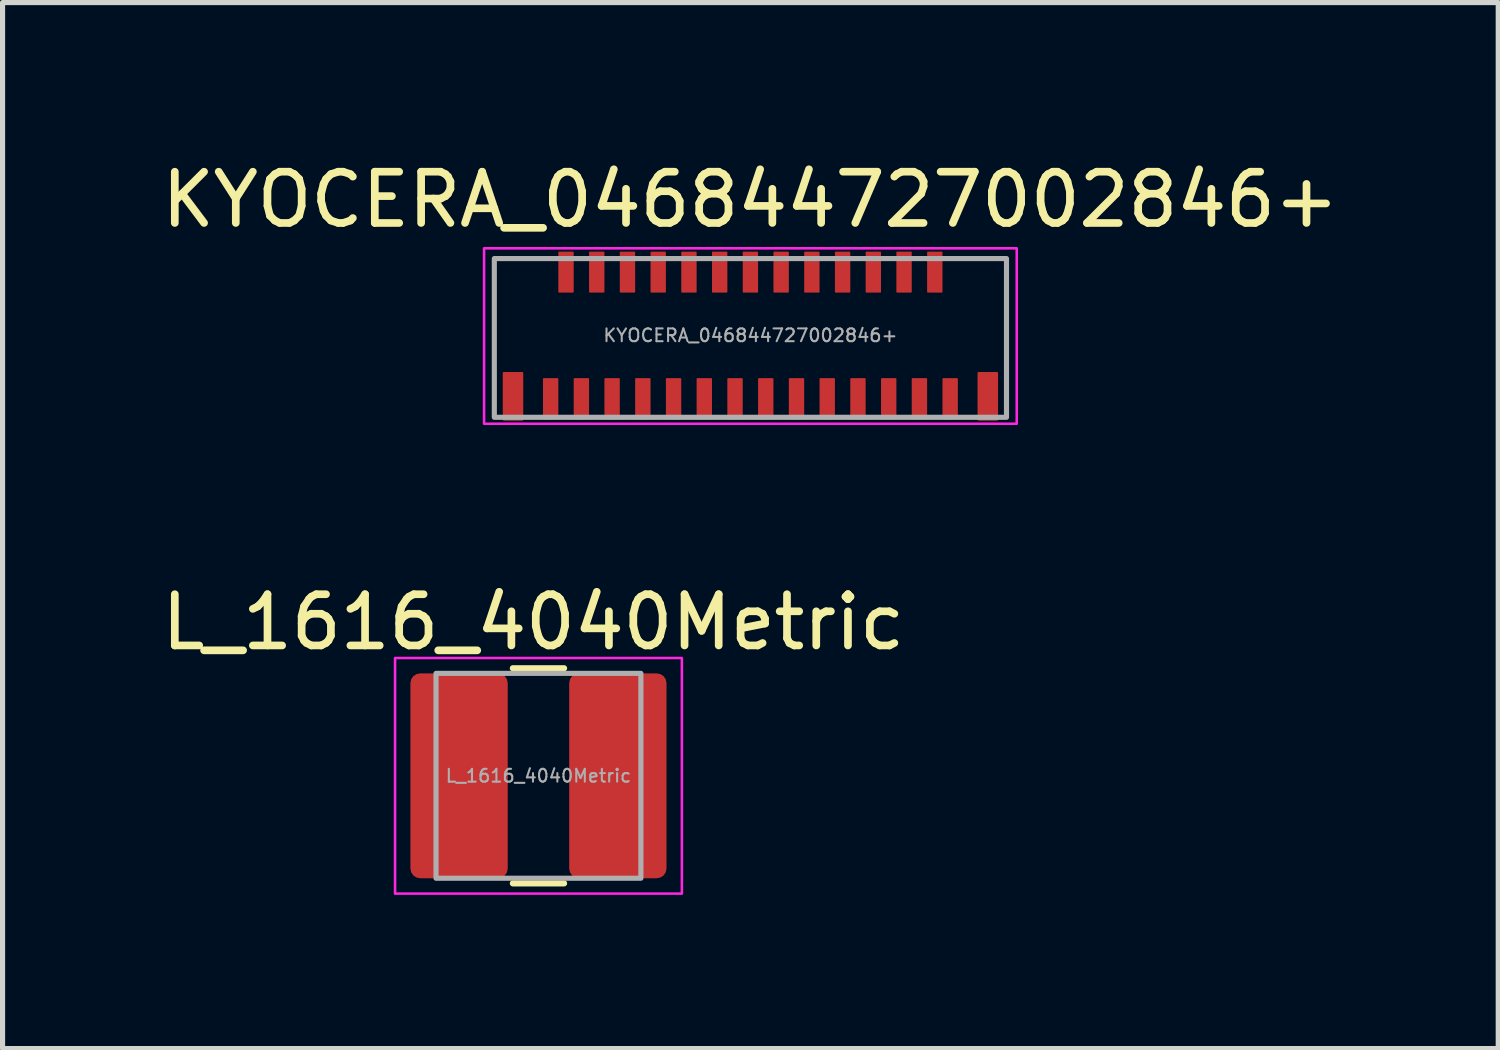
<source format=kicad_pcb>
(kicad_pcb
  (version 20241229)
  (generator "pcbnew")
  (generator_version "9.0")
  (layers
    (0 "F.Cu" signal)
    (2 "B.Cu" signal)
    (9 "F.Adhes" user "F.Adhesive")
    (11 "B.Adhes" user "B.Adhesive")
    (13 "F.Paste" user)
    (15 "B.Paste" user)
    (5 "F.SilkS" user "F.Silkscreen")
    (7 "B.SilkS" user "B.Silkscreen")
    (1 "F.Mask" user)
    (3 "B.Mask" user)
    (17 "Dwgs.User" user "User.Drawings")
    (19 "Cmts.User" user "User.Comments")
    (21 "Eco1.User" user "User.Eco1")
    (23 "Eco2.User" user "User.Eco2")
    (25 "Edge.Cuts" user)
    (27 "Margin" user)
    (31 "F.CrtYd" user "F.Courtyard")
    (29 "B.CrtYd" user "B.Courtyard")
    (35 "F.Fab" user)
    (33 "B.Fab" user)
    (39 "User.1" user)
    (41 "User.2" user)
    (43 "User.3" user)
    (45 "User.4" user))
  (footprint "KYOCERA_046844727002846+"
    (layer "F.Cu")
    (at 11.601 3.498)
    (property "Reference" "KYOCERA_046844727002846+" (at 0 -2.65 0) (unlocked yes) (layer "F.SilkS") (effects (font (size 1 1) (thickness 0.15))))
    (attr smd)
    (fp_rect (start -5.2 -1.7) (end 5.2 1.725) (stroke (width 0.05) (type default)) (fill no) (layer "F.CrtYd"))
    (fp_rect (start -5 1.6) (end 5 -1.5) (stroke (width 0.1) (type default)) (fill no) (layer "F.Fab"))
    (fp_text user "${REFERENCE}" (at 0 0 0) (unlocked yes) (layer "F.Fab") (effects (font (size 0.25 0.25) (thickness 0.04))))
    (pad "1" smd roundrect (at -3.9 1.235 180) (size 0.3 0.8) (layers "F.Cu" "F.Mask" "F.Paste") (roundrect_rratio 0.05))
    (pad "2" smd roundrect (at -3.6 -1.235 180) (size 0.3 0.8) (layers "F.Cu" "F.Mask" "F.Paste") (roundrect_rratio 0.05))
    (pad "3" smd roundrect (at -3.3 1.235 180) (size 0.3 0.8) (layers "F.Cu" "F.Mask" "F.Paste") (roundrect_rratio 0.05))
    (pad "4" smd roundrect (at -3 -1.235 180) (size 0.3 0.8) (layers "F.Cu" "F.Mask" "F.Paste") (roundrect_rratio 0.05))
    (pad "5" smd roundrect (at -2.7 1.235 180) (size 0.3 0.8) (layers "F.Cu" "F.Mask" "F.Paste") (roundrect_rratio 0.05))
    (pad "6" smd roundrect (at -2.4 -1.235 180) (size 0.3 0.8) (layers "F.Cu" "F.Mask" "F.Paste") (roundrect_rratio 0.05))
    (pad "7" smd roundrect (at -2.1 1.235 180) (size 0.3 0.8) (layers "F.Cu" "F.Mask" "F.Paste") (roundrect_rratio 0.05))
    (pad "8" smd roundrect (at -1.8 -1.235 180) (size 0.3 0.8) (layers "F.Cu" "F.Mask" "F.Paste") (roundrect_rratio 0.05))
    (pad "9" smd roundrect (at -1.5 1.235 180) (size 0.3 0.8) (layers "F.Cu" "F.Mask" "F.Paste") (roundrect_rratio 0.05))
    (pad "10" smd roundrect (at -1.2 -1.235 180) (size 0.3 0.8) (layers "F.Cu" "F.Mask" "F.Paste") (roundrect_rratio 0.05))
    (pad "11" smd roundrect (at -0.9 1.235 180) (size 0.3 0.8) (layers "F.Cu" "F.Mask" "F.Paste") (roundrect_rratio 0.05))
    (pad "12" smd roundrect (at -0.6 -1.235 180) (size 0.3 0.8) (layers "F.Cu" "F.Mask" "F.Paste") (roundrect_rratio 0.05))
    (pad "13" smd roundrect (at -0.3 1.235 180) (size 0.3 0.8) (layers "F.Cu" "F.Mask" "F.Paste") (roundrect_rratio 0.05))
    (pad "14" smd roundrect (at 0 -1.235 180) (size 0.3 0.8) (layers "F.Cu" "F.Mask" "F.Paste") (roundrect_rratio 0.05))
    (pad "15" smd roundrect (at 0.3 1.235 180) (size 0.3 0.8) (layers "F.Cu" "F.Mask" "F.Paste") (roundrect_rratio 0.05))
    (pad "16" smd roundrect (at 0.6 -1.235 180) (size 0.3 0.8) (layers "F.Cu" "F.Mask" "F.Paste") (roundrect_rratio 0.05))
    (pad "17" smd roundrect (at 0.9 1.235 180) (size 0.3 0.8) (layers "F.Cu" "F.Mask" "F.Paste") (roundrect_rratio 0.05))
    (pad "18" smd roundrect (at 1.2 -1.235 180) (size 0.3 0.8) (layers "F.Cu" "F.Mask" "F.Paste") (roundrect_rratio 0.05))
    (pad "19" smd roundrect (at 1.5 1.235 180) (size 0.3 0.8) (layers "F.Cu" "F.Mask" "F.Paste") (roundrect_rratio 0.05))
    (pad "20" smd roundrect (at 1.8 -1.235 180) (size 0.3 0.8) (layers "F.Cu" "F.Mask" "F.Paste") (roundrect_rratio 0.05))
    (pad "21" smd roundrect (at 2.1 1.235 180) (size 0.3 0.8) (layers "F.Cu" "F.Mask" "F.Paste") (roundrect_rratio 0.05))
    (pad "22" smd roundrect (at 2.4 -1.235 180) (size 0.3 0.8) (layers "F.Cu" "F.Mask" "F.Paste") (roundrect_rratio 0.05))
    (pad "23" smd roundrect (at 2.7 1.235 180) (size 0.3 0.8) (layers "F.Cu" "F.Mask" "F.Paste") (roundrect_rratio 0.05))
    (pad "24" smd roundrect (at 3 -1.235 180) (size 0.3 0.8) (layers "F.Cu" "F.Mask" "F.Paste") (roundrect_rratio 0.05))
    (pad "25" smd roundrect (at 3.3 1.235 180) (size 0.3 0.8) (layers "F.Cu" "F.Mask" "F.Paste") (roundrect_rratio 0.05))
    (pad "26" smd roundrect (at 3.6 -1.235 180) (size 0.3 0.8) (layers "F.Cu" "F.Mask" "F.Paste") (roundrect_rratio 0.05))
    (pad "27" smd roundrect (at 3.9 1.235 180) (size 0.3 0.8) (layers "F.Cu" "F.Mask" "F.Paste") (roundrect_rratio 0.05))
    (pad "MP" smd roundrect (at -4.635 1.19 180) (size 0.4 0.95) (layers "F.Cu" "F.Mask" "F.Paste") (roundrect_rratio 0.05))
    (pad "MP" smd roundrect (at 4.635 1.19 180) (size 0.4 0.95) (layers "F.Cu" "F.Mask" "F.Paste") (roundrect_rratio 0.05)))
  (footprint "L_1616_4040Metric"
    (layer "F.Cu")
    (at 7.463 12.097)
    (property "Reference" "L_1616_4040Metric" (at -0.1 -3 0) (layer "F.SilkS") (effects (font (size 1 1) (thickness 0.15))))
    (attr smd)
    (fp_line (start -0.5 -2.1) (end 0.5 -2.1) (stroke (width 0.12) (type default)) (layer "F.SilkS"))
    (fp_line (start -0.5 2.1) (end 0.5 2.1) (stroke (width 0.12) (type default)) (layer "F.SilkS"))
    (fp_rect (start -2.8 2.3) (end 2.8 -2.3) (stroke (width 0.05) (type default)) (fill no) (layer "F.CrtYd"))
    (fp_rect (start -2 -2) (end 2 2) (stroke (width 0.1) (type default)) (fill no) (layer "F.Fab"))
    (fp_text user "${REFERENCE}" (at 0 0 0) (layer "F.Fab") (effects (font (size 0.25 0.25) (thickness 0.04))))
    (pad "1" smd roundrect (at -1.55 0) (size 1.9 4) (layers "F.Cu" "F.Mask" "F.Paste") (roundrect_rratio 0.1))
    (pad "2" smd roundrect (at 1.55 0) (size 1.9 4) (layers "F.Cu" "F.Mask" "F.Paste") (roundrect_rratio 0.1)))
  (gr_rect
    (start -3 -3)
    (end 26.202 17.422)
    (stroke (width 0.1) (type default))
    (fill no)
    (layer "Edge.Cuts")))
</source>
